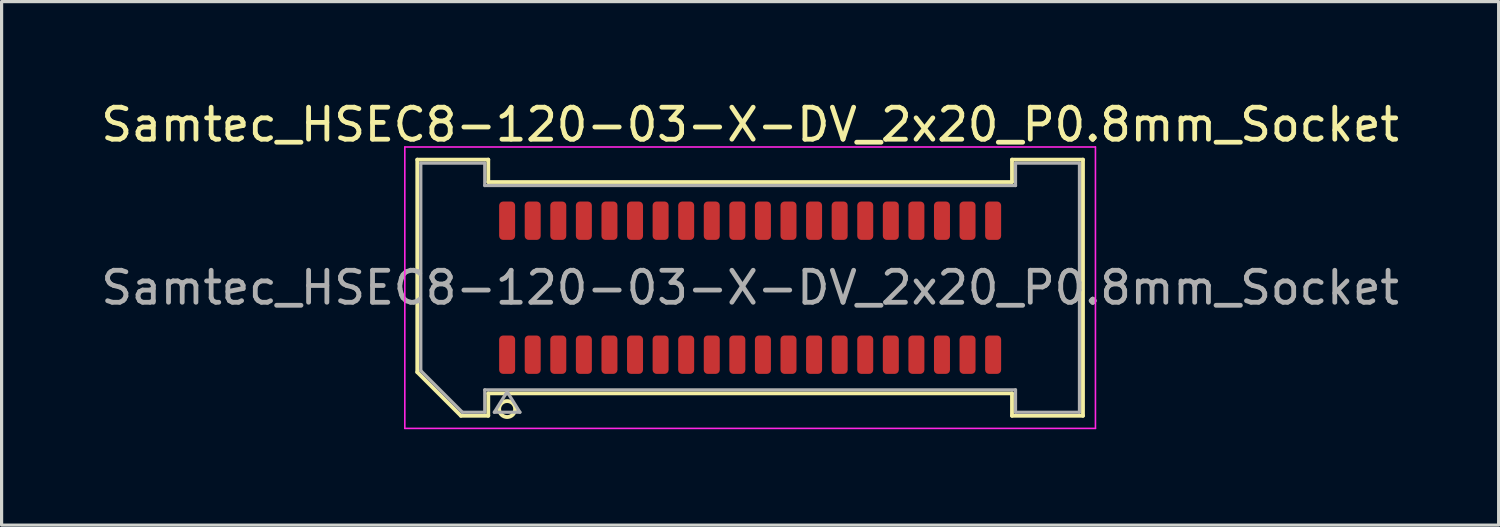
<source format=kicad_pcb>
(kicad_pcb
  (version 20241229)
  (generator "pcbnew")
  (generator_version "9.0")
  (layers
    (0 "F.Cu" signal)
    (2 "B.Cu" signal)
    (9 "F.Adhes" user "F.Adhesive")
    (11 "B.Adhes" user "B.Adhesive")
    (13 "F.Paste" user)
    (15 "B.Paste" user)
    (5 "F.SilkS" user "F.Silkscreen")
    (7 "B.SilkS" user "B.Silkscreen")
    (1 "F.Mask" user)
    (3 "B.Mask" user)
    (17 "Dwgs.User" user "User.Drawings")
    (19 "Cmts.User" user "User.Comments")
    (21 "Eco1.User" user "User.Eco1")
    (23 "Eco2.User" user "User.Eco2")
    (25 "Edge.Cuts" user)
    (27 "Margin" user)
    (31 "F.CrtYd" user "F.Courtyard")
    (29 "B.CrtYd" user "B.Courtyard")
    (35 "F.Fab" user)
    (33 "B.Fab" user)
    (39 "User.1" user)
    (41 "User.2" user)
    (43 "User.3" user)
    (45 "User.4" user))
  (footprint "Samtec_HSEC8-120-03-X-DV_2x20_P0.8mm_Socket"
    (layer "F.Cu")
    (at 20.411 5.948)
    (property "Reference" "Samtec_HSEC8-120-03-X-DV_2x20_P0.8mm_Socket" (at 0 -5.1 0) (layer "F.SilkS") (effects (font (size 1 1) (thickness 0.15))))
    (attr smd)
    (fp_line (start -10.41 -4.005) (end -8.19 -4.005) (stroke (width 0.12) (type solid)) (layer "F.SilkS"))
    (fp_line (start -10.41 2.641) (end -10.41 -4.005) (stroke (width 0.12) (type solid)) (layer "F.SilkS"))
    (fp_line (start -9.046 4.005) (end -10.41 2.641) (stroke (width 0.12) (type solid)) (layer "F.SilkS"))
    (fp_line (start -8.19 -4.005) (end -8.19 -3.305) (stroke (width 0.12) (type solid)) (layer "F.SilkS"))
    (fp_line (start -8.19 -3.305) (end 8.19 -3.305) (stroke (width 0.12) (type solid)) (layer "F.SilkS"))
    (fp_line (start -8.19 3.305) (end -8.19 4.005) (stroke (width 0.12) (type solid)) (layer "F.SilkS"))
    (fp_line (start -8.19 4.005) (end -9.046 4.005) (stroke (width 0.12) (type solid)) (layer "F.SilkS"))
    (fp_line (start 8.19 -4.005) (end 10.41 -4.005) (stroke (width 0.12) (type solid)) (layer "F.SilkS"))
    (fp_line (start 8.19 -3.305) (end 8.19 -4.005) (stroke (width 0.12) (type solid)) (layer "F.SilkS"))
    (fp_line (start 8.19 3.305) (end -8.19 3.305) (stroke (width 0.12) (type solid)) (layer "F.SilkS"))
    (fp_line (start 8.19 4.005) (end 8.19 3.305) (stroke (width 0.12) (type solid)) (layer "F.SilkS"))
    (fp_line (start 10.41 -4.005) (end 10.41 4.005) (stroke (width 0.12) (type solid)) (layer "F.SilkS"))
    (fp_line (start 10.41 4.005) (end 8.19 4.005) (stroke (width 0.12) (type solid)) (layer "F.SilkS"))
    (fp_arc (start -7.35 3.795) (mid -7.85 3.795) (end -7.35 3.795) (stroke (width 0.12) (type solid)) (layer "F.SilkS"))
    (fp_line (start -10.8 -4.4) (end -10.8 4.4) (stroke (width 0.05) (type solid)) (layer "F.CrtYd"))
    (fp_line (start -10.8 4.4) (end 10.8 4.4) (stroke (width 0.05) (type solid)) (layer "F.CrtYd"))
    (fp_line (start 10.8 -4.4) (end -10.8 -4.4) (stroke (width 0.05) (type solid)) (layer "F.CrtYd"))
    (fp_line (start 10.8 4.4) (end 10.8 -4.4) (stroke (width 0.05) (type solid)) (layer "F.CrtYd"))
    (fp_line (start -10.3 -3.895) (end -8.3 -3.895) (stroke (width 0.1) (type solid)) (layer "F.Fab"))
    (fp_line (start -10.3 2.595) (end -10.3 -3.895) (stroke (width 0.1) (type solid)) (layer "F.Fab"))
    (fp_line (start -9 3.895) (end -10.3 2.595) (stroke (width 0.1) (type solid)) (layer "F.Fab"))
    (fp_line (start -8.3 -3.895) (end -8.3 -3.195) (stroke (width 0.1) (type solid)) (layer "F.Fab"))
    (fp_line (start -8.3 -3.195) (end 8.3 -3.195) (stroke (width 0.1) (type solid)) (layer "F.Fab"))
    (fp_line (start -8.3 3.195) (end -8.3 3.895) (stroke (width 0.1) (type solid)) (layer "F.Fab"))
    (fp_line (start -8.3 3.895) (end -9 3.895) (stroke (width 0.1) (type solid)) (layer "F.Fab"))
    (fp_line (start -8 3.895) (end -7.6 3.255) (stroke (width 0.1) (type solid)) (layer "F.Fab"))
    (fp_line (start -7.6 3.255) (end -7.2 3.895) (stroke (width 0.1) (type solid)) (layer "F.Fab"))
    (fp_line (start -7.2 3.895) (end -8 3.895) (stroke (width 0.1) (type solid)) (layer "F.Fab"))
    (fp_line (start 8.3 -3.895) (end 10.3 -3.895) (stroke (width 0.1) (type solid)) (layer "F.Fab"))
    (fp_line (start 8.3 -3.195) (end 8.3 -3.895) (stroke (width 0.1) (type solid)) (layer "F.Fab"))
    (fp_line (start 8.3 3.195) (end -8.3 3.195) (stroke (width 0.1) (type solid)) (layer "F.Fab"))
    (fp_line (start 8.3 3.895) (end 8.3 3.195) (stroke (width 0.1) (type solid)) (layer "F.Fab"))
    (fp_line (start 10.3 -3.895) (end 10.3 3.895) (stroke (width 0.1) (type solid)) (layer "F.Fab"))
    (fp_line (start 10.3 3.895) (end 8.3 3.895) (stroke (width 0.1) (type solid)) (layer "F.Fab"))
    (fp_text user "${REFERENCE}" (at 0 0 0) (layer "F.Fab") (effects (font (size 1 1) (thickness 0.15))))
    (pad "1" smd roundrect (at -7.6 2.095) (size 0.5 1.2) (layers "F.Cu" "F.Mask" "F.Paste") (roundrect_rratio 0.25))
    (pad "2" smd roundrect (at -7.6 -2.095) (size 0.5 1.2) (layers "F.Cu" "F.Mask" "F.Paste") (roundrect_rratio 0.25))
    (pad "3" smd roundrect (at -6.8 2.095) (size 0.5 1.2) (layers "F.Cu" "F.Mask" "F.Paste") (roundrect_rratio 0.25))
    (pad "4" smd roundrect (at -6.8 -2.095) (size 0.5 1.2) (layers "F.Cu" "F.Mask" "F.Paste") (roundrect_rratio 0.25))
    (pad "5" smd roundrect (at -6 2.095) (size 0.5 1.2) (layers "F.Cu" "F.Mask" "F.Paste") (roundrect_rratio 0.25))
    (pad "6" smd roundrect (at -6 -2.095) (size 0.5 1.2) (layers "F.Cu" "F.Mask" "F.Paste") (roundrect_rratio 0.25))
    (pad "7" smd roundrect (at -5.2 2.095) (size 0.5 1.2) (layers "F.Cu" "F.Mask" "F.Paste") (roundrect_rratio 0.25))
    (pad "8" smd roundrect (at -5.2 -2.095) (size 0.5 1.2) (layers "F.Cu" "F.Mask" "F.Paste") (roundrect_rratio 0.25))
    (pad "9" smd roundrect (at -4.4 2.095) (size 0.5 1.2) (layers "F.Cu" "F.Mask" "F.Paste") (roundrect_rratio 0.25))
    (pad "10" smd roundrect (at -4.4 -2.095) (size 0.5 1.2) (layers "F.Cu" "F.Mask" "F.Paste") (roundrect_rratio 0.25))
    (pad "11" smd roundrect (at -3.6 2.095) (size 0.5 1.2) (layers "F.Cu" "F.Mask" "F.Paste") (roundrect_rratio 0.25))
    (pad "12" smd roundrect (at -3.6 -2.095) (size 0.5 1.2) (layers "F.Cu" "F.Mask" "F.Paste") (roundrect_rratio 0.25))
    (pad "13" smd roundrect (at -2.8 2.095) (size 0.5 1.2) (layers "F.Cu" "F.Mask" "F.Paste") (roundrect_rratio 0.25))
    (pad "14" smd roundrect (at -2.8 -2.095) (size 0.5 1.2) (layers "F.Cu" "F.Mask" "F.Paste") (roundrect_rratio 0.25))
    (pad "15" smd roundrect (at -2 2.095) (size 0.5 1.2) (layers "F.Cu" "F.Mask" "F.Paste") (roundrect_rratio 0.25))
    (pad "16" smd roundrect (at -2 -2.095) (size 0.5 1.2) (layers "F.Cu" "F.Mask" "F.Paste") (roundrect_rratio 0.25))
    (pad "17" smd roundrect (at -1.2 2.095) (size 0.5 1.2) (layers "F.Cu" "F.Mask" "F.Paste") (roundrect_rratio 0.25))
    (pad "18" smd roundrect (at -1.2 -2.095) (size 0.5 1.2) (layers "F.Cu" "F.Mask" "F.Paste") (roundrect_rratio 0.25))
    (pad "19" smd roundrect (at -0.4 2.095) (size 0.5 1.2) (layers "F.Cu" "F.Mask" "F.Paste") (roundrect_rratio 0.25))
    (pad "20" smd roundrect (at -0.4 -2.095) (size 0.5 1.2) (layers "F.Cu" "F.Mask" "F.Paste") (roundrect_rratio 0.25))
    (pad "21" smd roundrect (at 0.4 2.095) (size 0.5 1.2) (layers "F.Cu" "F.Mask" "F.Paste") (roundrect_rratio 0.25))
    (pad "22" smd roundrect (at 0.4 -2.095) (size 0.5 1.2) (layers "F.Cu" "F.Mask" "F.Paste") (roundrect_rratio 0.25))
    (pad "23" smd roundrect (at 1.2 2.095) (size 0.5 1.2) (layers "F.Cu" "F.Mask" "F.Paste") (roundrect_rratio 0.25))
    (pad "24" smd roundrect (at 1.2 -2.095) (size 0.5 1.2) (layers "F.Cu" "F.Mask" "F.Paste") (roundrect_rratio 0.25))
    (pad "25" smd roundrect (at 2 2.095) (size 0.5 1.2) (layers "F.Cu" "F.Mask" "F.Paste") (roundrect_rratio 0.25))
    (pad "26" smd roundrect (at 2 -2.095) (size 0.5 1.2) (layers "F.Cu" "F.Mask" "F.Paste") (roundrect_rratio 0.25))
    (pad "27" smd roundrect (at 2.8 2.095) (size 0.5 1.2) (layers "F.Cu" "F.Mask" "F.Paste") (roundrect_rratio 0.25))
    (pad "28" smd roundrect (at 2.8 -2.095) (size 0.5 1.2) (layers "F.Cu" "F.Mask" "F.Paste") (roundrect_rratio 0.25))
    (pad "29" smd roundrect (at 3.6 2.095) (size 0.5 1.2) (layers "F.Cu" "F.Mask" "F.Paste") (roundrect_rratio 0.25))
    (pad "30" smd roundrect (at 3.6 -2.095) (size 0.5 1.2) (layers "F.Cu" "F.Mask" "F.Paste") (roundrect_rratio 0.25))
    (pad "31" smd roundrect (at 4.4 2.095) (size 0.5 1.2) (layers "F.Cu" "F.Mask" "F.Paste") (roundrect_rratio 0.25))
    (pad "32" smd roundrect (at 4.4 -2.095) (size 0.5 1.2) (layers "F.Cu" "F.Mask" "F.Paste") (roundrect_rratio 0.25))
    (pad "33" smd roundrect (at 5.2 2.095) (size 0.5 1.2) (layers "F.Cu" "F.Mask" "F.Paste") (roundrect_rratio 0.25))
    (pad "34" smd roundrect (at 5.2 -2.095) (size 0.5 1.2) (layers "F.Cu" "F.Mask" "F.Paste") (roundrect_rratio 0.25))
    (pad "35" smd roundrect (at 6 2.095) (size 0.5 1.2) (layers "F.Cu" "F.Mask" "F.Paste") (roundrect_rratio 0.25))
    (pad "36" smd roundrect (at 6 -2.095) (size 0.5 1.2) (layers "F.Cu" "F.Mask" "F.Paste") (roundrect_rratio 0.25))
    (pad "37" smd roundrect (at 6.8 2.095) (size 0.5 1.2) (layers "F.Cu" "F.Mask" "F.Paste") (roundrect_rratio 0.25))
    (pad "38" smd roundrect (at 6.8 -2.095) (size 0.5 1.2) (layers "F.Cu" "F.Mask" "F.Paste") (roundrect_rratio 0.25))
    (pad "39" smd roundrect (at 7.6 2.095) (size 0.5 1.2) (layers "F.Cu" "F.Mask" "F.Paste") (roundrect_rratio 0.25))
    (pad "40" smd roundrect (at 7.6 -2.095) (size 0.5 1.2) (layers "F.Cu" "F.Mask" "F.Paste") (roundrect_rratio 0.25)))
  (gr_rect
    (start -3 -3)
    (end 43.821 13.373)
    (stroke (width 0.1) (type default))
    (fill no)
    (layer "Edge.Cuts")))
</source>
